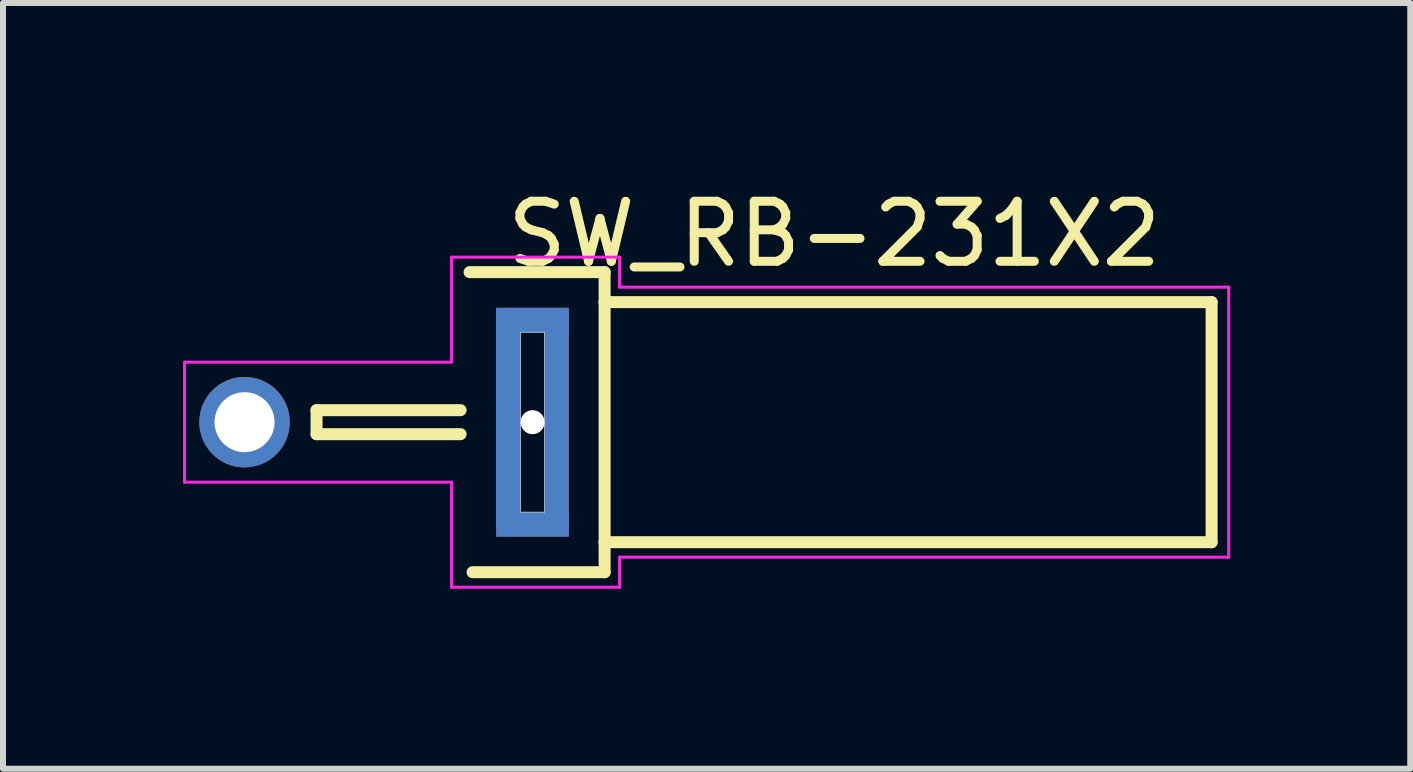
<source format=kicad_pcb>
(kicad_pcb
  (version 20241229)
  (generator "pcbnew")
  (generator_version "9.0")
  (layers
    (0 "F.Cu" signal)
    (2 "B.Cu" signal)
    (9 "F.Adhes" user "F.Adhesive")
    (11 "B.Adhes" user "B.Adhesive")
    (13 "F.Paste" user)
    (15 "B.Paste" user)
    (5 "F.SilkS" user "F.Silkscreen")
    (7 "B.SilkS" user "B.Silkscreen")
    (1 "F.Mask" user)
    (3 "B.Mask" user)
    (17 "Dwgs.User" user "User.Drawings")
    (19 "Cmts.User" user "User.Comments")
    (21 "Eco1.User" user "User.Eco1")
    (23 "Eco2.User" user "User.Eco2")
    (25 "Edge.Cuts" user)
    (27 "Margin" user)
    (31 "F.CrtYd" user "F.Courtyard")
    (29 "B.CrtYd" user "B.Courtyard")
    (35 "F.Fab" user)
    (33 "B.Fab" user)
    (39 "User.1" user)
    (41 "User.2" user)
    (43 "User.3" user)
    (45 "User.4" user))
  (footprint "SW_RB-231X2"
    (layer "F.Cu")
    (at 5.825 3.985)
    (property "Reference" "SW_RB-231X2" (at 5.027 -3.136 0) (layer "F.SilkS") (effects (font (size 1 1) (thickness 0.15))))
    (attr through_hole)
    (fp_poly (pts (xy -0.601 -1.8) (xy -0.2 -1.8) (xy -0.2 1.802) (xy -0.601 1.802)) (stroke (width 0.01) (type solid)) (fill yes) (layer "F.Cu"))
    (fp_poly (pts (xy -0.6 1.5) (xy 0.6 1.5) (xy 0.6 1.9) (xy -0.6 1.9)) (stroke (width 0.01) (type solid)) (fill yes) (layer "F.Cu"))
    (fp_poly (pts (xy -0.6 -1.9) (xy 0.6 -1.9) (xy 0.6 -1.5) (xy -0.6 -1.5)) (stroke (width 0.01) (type solid)) (fill yes) (layer "F.Cu"))
    (fp_poly (pts (xy 0.2 -1.8) (xy 0.6 -1.8) (xy 0.6 1.803) (xy 0.2 1.803)) (stroke (width 0.01) (type solid)) (fill yes) (layer "F.Cu"))
    (fp_poly (pts (xy -0.801 -2.1) (xy 0.8 -2.1) (xy 0.8 2.103) (xy -0.801 2.103)) (stroke (width 0.01) (type solid)) (fill yes) (layer "F.Mask"))
    (fp_poly (pts (xy -0.601 1.5) (xy 0.6 1.5) (xy 0.6 1.903) (xy -0.601 1.903)) (stroke (width 0.01) (type solid)) (fill yes) (layer "B.Cu"))
    (fp_poly (pts (xy -0.601 -1.8) (xy -0.2 -1.8) (xy -0.2 1.802) (xy -0.601 1.802)) (stroke (width 0.01) (type solid)) (fill yes) (layer "B.Cu"))
    (fp_poly (pts (xy -0.6 -1.8) (xy -0.2 -1.8) (xy -0.2 1.801) (xy -0.6 1.801)) (stroke (width 0.01) (type solid)) (fill yes) (layer "B.Cu"))
    (fp_poly (pts (xy -0.6 -1.8) (xy -0.2 -1.8) (xy -0.2 1.801) (xy -0.6 1.801)) (stroke (width 0.01) (type solid)) (fill yes) (layer "B.Cu"))
    (fp_poly (pts (xy -0.6 -1.9) (xy 0.6 -1.9) (xy 0.6 -1.501) (xy -0.6 -1.501)) (stroke (width 0.01) (type solid)) (fill yes) (layer "B.Cu"))
    (fp_poly (pts (xy -0.6 -1.9) (xy 0.6 -1.9) (xy 0.6 -1.5) (xy -0.6 -1.5)) (stroke (width 0.01) (type solid)) (fill yes) (layer "B.Cu"))
    (fp_poly (pts (xy 0.2 -1.8) (xy 0.6 -1.8) (xy 0.6 1.802) (xy 0.2 1.802)) (stroke (width 0.01) (type solid)) (fill yes) (layer "B.Cu"))
    (fp_poly (pts (xy -0.8 -2.1) (xy 0.8 -2.1) (xy 0.8 2.1) (xy -0.8 2.1)) (stroke (width 0.01) (type solid)) (fill yes) (layer "B.Mask"))
    (fp_line (start -3.6 -0.2) (end -3.6 0.2) (stroke (width 0.2) (type solid)) (layer "F.SilkS"))
    (fp_line (start -3.6 0.2) (end -1.2 0.2) (stroke (width 0.2) (type solid)) (layer "F.SilkS"))
    (fp_line (start -1.2 -0.2) (end -3.6 -0.2) (stroke (width 0.2) (type solid)) (layer "F.SilkS"))
    (fp_line (start 1.2 -2.5) (end -1.05 -2.5) (stroke (width 0.2) (type solid)) (layer "F.SilkS"))
    (fp_line (start 1.2 -2) (end 1.2 -2.5) (stroke (width 0.2) (type solid)) (layer "F.SilkS"))
    (fp_line (start 1.2 -2) (end 1.2 2) (stroke (width 0.2) (type solid)) (layer "F.SilkS"))
    (fp_line (start 1.2 -2) (end 11.315 -2) (stroke (width 0.2) (type solid)) (layer "F.SilkS"))
    (fp_line (start 1.2 2) (end 1.2 2.5) (stroke (width 0.2) (type solid)) (layer "F.SilkS"))
    (fp_line (start 1.2 2.5) (end -1 2.5) (stroke (width 0.2) (type solid)) (layer "F.SilkS"))
    (fp_line (start 11.315 -2) (end 11.315 2) (stroke (width 0.2) (type solid)) (layer "F.SilkS"))
    (fp_line (start 11.315 2) (end 1.2 2) (stroke (width 0.2) (type solid)) (layer "F.SilkS"))
    (fp_poly (pts (xy -0.601 -1.8) (xy -0.2 -1.8) (xy -0.2 1.803) (xy -0.601 1.803)) (stroke (width 0.01) (type solid)) (fill yes) (layer "F.Paste"))
    (fp_poly (pts (xy -0.601 1.5) (xy 0.6 1.5) (xy 0.6 1.903) (xy -0.601 1.903)) (stroke (width 0.01) (type solid)) (fill yes) (layer "F.Paste"))
    (fp_poly (pts (xy -0.6 -1.9) (xy 0.6 -1.9) (xy 0.6 -1.501) (xy -0.6 -1.501)) (stroke (width 0.01) (type solid)) (fill yes) (layer "F.Paste"))
    (fp_poly (pts (xy 0.2 -1.8) (xy 0.6 -1.8) (xy 0.6 1.803) (xy 0.2 1.803)) (stroke (width 0.01) (type solid)) (fill yes) (layer "F.Paste"))
    (fp_poly (pts (xy -0.601 -1.9) (xy 0.6 -1.9) (xy 0.6 -1.503) (xy -0.601 -1.503)) (stroke (width 0.01) (type solid)) (fill yes) (layer "B.Paste"))
    (fp_poly (pts (xy -0.601 1.5) (xy 0.6 1.5) (xy 0.6 1.903) (xy -0.601 1.903)) (stroke (width 0.01) (type solid)) (fill yes) (layer "B.Paste"))
    (fp_poly (pts (xy -0.601 -1.8) (xy -0.2 -1.8) (xy -0.2 1.802) (xy -0.601 1.802)) (stroke (width 0.01) (type solid)) (fill yes) (layer "B.Paste"))
    (fp_poly (pts (xy 0.2 -1.8) (xy 0.6 -1.8) (xy 0.6 1.802) (xy 0.2 1.802)) (stroke (width 0.01) (type solid)) (fill yes) (layer "B.Paste"))
    (fp_line (start -0.2 -1.5) (end 0.2 -1.5) (stroke (width 0.01) (type solid)) (layer "Edge.Cuts"))
    (fp_line (start -0.2 1.5) (end -0.2 -1.5) (stroke (width 0.01) (type solid)) (layer "Edge.Cuts"))
    (fp_line (start 0.2 -1.5) (end 0.2 1.5) (stroke (width 0.01) (type solid)) (layer "Edge.Cuts"))
    (fp_line (start 0.2 1.5) (end -0.2 1.5) (stroke (width 0.01) (type solid)) (layer "Edge.Cuts"))
    (fp_line (start -5.8 -1) (end -1.35 -1) (stroke (width 0.05) (type solid)) (layer "F.CrtYd"))
    (fp_line (start -5.8 1) (end -5.8 -1) (stroke (width 0.05) (type solid)) (layer "F.CrtYd"))
    (fp_line (start -1.35 -2.75) (end 1.45 -2.75) (stroke (width 0.05) (type solid)) (layer "F.CrtYd"))
    (fp_line (start -1.35 -1) (end -1.35 -2.75) (stroke (width 0.05) (type solid)) (layer "F.CrtYd"))
    (fp_line (start -1.35 1) (end -5.8 1) (stroke (width 0.05) (type solid)) (layer "F.CrtYd"))
    (fp_line (start -1.35 2.75) (end -1.35 1) (stroke (width 0.05) (type solid)) (layer "F.CrtYd"))
    (fp_line (start 1.45 -2.75) (end 1.45 -2.25) (stroke (width 0.05) (type solid)) (layer "F.CrtYd"))
    (fp_line (start 1.45 -2.25) (end 11.6 -2.25) (stroke (width 0.05) (type solid)) (layer "F.CrtYd"))
    (fp_line (start 1.45 2.25) (end 1.45 2.75) (stroke (width 0.05) (type solid)) (layer "F.CrtYd"))
    (fp_line (start 1.45 2.75) (end -1.35 2.75) (stroke (width 0.05) (type solid)) (layer "F.CrtYd"))
    (fp_line (start 11.6 -2.25) (end 11.6 2.25) (stroke (width 0.05) (type solid)) (layer "F.CrtYd"))
    (fp_line (start 11.6 2.25) (end 1.45 2.25) (stroke (width 0.05) (type solid)) (layer "F.CrtYd"))
    (pad "" np_thru_hole circle (at 0 0) (size 0.4 0.4) (drill 0.4) (layers "*.Cu" "*.Mask"))
    (pad "1" smd rect (at -0.4 0) (size 0.2 0.635) (layers "F.Cu" "F.Mask" "F.Paste"))
    (pad "2" thru_hole circle (at -4.8 0) (size 1.508 1.508) (drill 1) (layers "*.Cu" "*.Mask")))
  (gr_rect
    (start -3 -3)
    (end 20.45 9.76)
    (stroke (width 0.1) (type default))
    (fill no)
    (layer "Edge.Cuts")))
</source>
